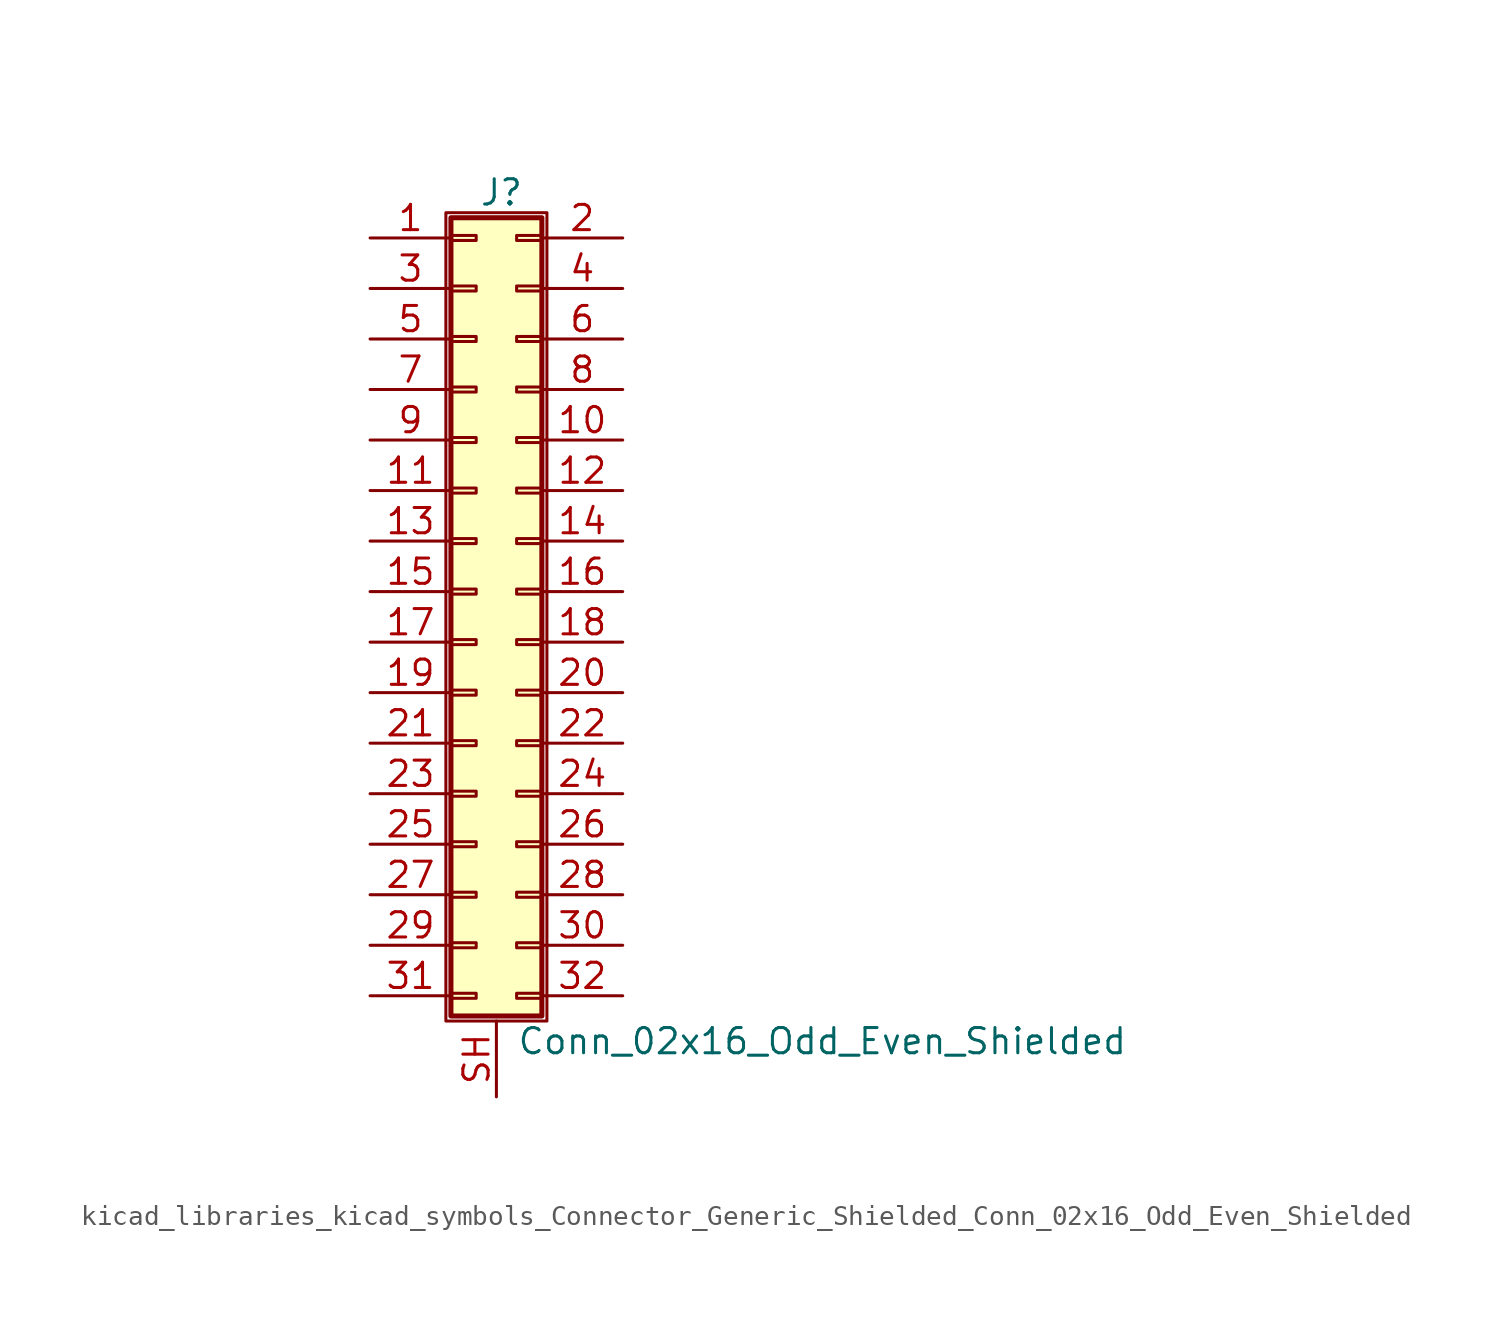
<source format=kicad_sym>
(kicad_symbol_lib
  (version 20220914)
  (generator kicad_symbol_editor)
  (symbol "kicad_libraries_kicad_symbols_Connector_Generic_Shielded_Conn_02x16_Odd_Even_Shielded"
    (pin_names
      (offset 1.016) hide)
    (property "Reference" "J"
      (at 1.524 20.066 0)
      (effects (font (size 1.27 1.27))))
    (property "Value" "Conn_02x16_Odd_Even_Shielded"
      (at 2.286 -22.606 0)
      (effects (font (size 1.27 1.27)) (justify left)))
    (symbol "kicad_libraries_kicad_symbols_Connector_Generic_Shielded_Conn_02x16_Odd_Even_Shielded_1_1"
      (rectangle (start -1.27 19.05) (end 3.81 -21.59) (stroke (width 0.152) (type default)) (fill (type none)))
      (rectangle (start -1.016 -20.193) (end 0.254 -20.447) (stroke (width 0.152) (type default)) (fill (type none)))
      (rectangle (start -1.016 -17.653) (end 0.254 -17.907) (stroke (width 0.152) (type default)) (fill (type none)))
      (rectangle (start -1.016 -15.113) (end 0.254 -15.367) (stroke (width 0.152) (type default)) (fill (type none)))
      (rectangle (start -1.016 -12.573) (end 0.254 -12.827) (stroke (width 0.152) (type default)) (fill (type none)))
      (rectangle (start -1.016 -10.033) (end 0.254 -10.287) (stroke (width 0.152) (type default)) (fill (type none)))
      (rectangle (start -1.016 -7.493) (end 0.254 -7.747) (stroke (width 0.152) (type default)) (fill (type none)))
      (rectangle (start -1.016 -4.953) (end 0.254 -5.207) (stroke (width 0.152) (type default)) (fill (type none)))
      (rectangle (start -1.016 -2.413) (end 0.254 -2.667) (stroke (width 0.152) (type default)) (fill (type none)))
      (rectangle (start -1.016 0.127) (end 0.254 -0.127) (stroke (width 0.152) (type default)) (fill (type none)))
      (rectangle (start -1.016 2.667) (end 0.254 2.413) (stroke (width 0.152) (type default)) (fill (type none)))
      (rectangle (start -1.016 5.207) (end 0.254 4.953) (stroke (width 0.152) (type default)) (fill (type none)))
      (rectangle (start -1.016 7.747) (end 0.254 7.493) (stroke (width 0.152) (type default)) (fill (type none)))
      (rectangle (start -1.016 10.287) (end 0.254 10.033) (stroke (width 0.152) (type default)) (fill (type none)))
      (rectangle (start -1.016 12.827) (end 0.254 12.573) (stroke (width 0.152) (type default)) (fill (type none)))
      (rectangle (start -1.016 15.367) (end 0.254 15.113) (stroke (width 0.152) (type default)) (fill (type none)))
      (rectangle (start -1.016 17.907) (end 0.254 17.653) (stroke (width 0.152) (type default)) (fill (type none)))
      (rectangle (start -1.016 18.796) (end 3.556 -21.336) (stroke (width 0.254) (type default)) (fill (type background)))
      (rectangle (start 3.556 -20.193) (end 2.286 -20.447) (stroke (width 0.152) (type default)) (fill (type none)))
      (rectangle (start 3.556 -17.653) (end 2.286 -17.907) (stroke (width 0.152) (type default)) (fill (type none)))
      (rectangle (start 3.556 -15.113) (end 2.286 -15.367) (stroke (width 0.152) (type default)) (fill (type none)))
      (rectangle (start 3.556 -12.573) (end 2.286 -12.827) (stroke (width 0.152) (type default)) (fill (type none)))
      (rectangle (start 3.556 -10.033) (end 2.286 -10.287) (stroke (width 0.152) (type default)) (fill (type none)))
      (rectangle (start 3.556 -7.493) (end 2.286 -7.747) (stroke (width 0.152) (type default)) (fill (type none)))
      (rectangle (start 3.556 -4.953) (end 2.286 -5.207) (stroke (width 0.152) (type default)) (fill (type none)))
      (rectangle (start 3.556 -2.413) (end 2.286 -2.667) (stroke (width 0.152) (type default)) (fill (type none)))
      (rectangle (start 3.556 0.127) (end 2.286 -0.127) (stroke (width 0.152) (type default)) (fill (type none)))
      (rectangle (start 3.556 2.667) (end 2.286 2.413) (stroke (width 0.152) (type default)) (fill (type none)))
      (rectangle (start 3.556 5.207) (end 2.286 4.953) (stroke (width 0.152) (type default)) (fill (type none)))
      (rectangle (start 3.556 7.747) (end 2.286 7.493) (stroke (width 0.152) (type default)) (fill (type none)))
      (rectangle (start 3.556 10.287) (end 2.286 10.033) (stroke (width 0.152) (type default)) (fill (type none)))
      (rectangle (start 3.556 12.827) (end 2.286 12.573) (stroke (width 0.152) (type default)) (fill (type none)))
      (rectangle (start 3.556 15.367) (end 2.286 15.113) (stroke (width 0.152) (type default)) (fill (type none)))
      (rectangle (start 3.556 17.907) (end 2.286 17.653) (stroke (width 0.152) (type default)) (fill (type none)))
      (pin passive line (at -5.08 17.78 0) (length 4.064) (name "Pin_1" (effects (font (size 1.27 1.27)))) (number "1" (effects (font (size 1.27 1.27)))))
      (pin passive line (at 7.62 7.62 180) (length 4.064) (name "Pin_10" (effects (font (size 1.27 1.27)))) (number "10" (effects (font (size 1.27 1.27)))))
      (pin passive line (at -5.08 5.08 0) (length 4.064) (name "Pin_11" (effects (font (size 1.27 1.27)))) (number "11" (effects (font (size 1.27 1.27)))))
      (pin passive line (at 7.62 5.08 180) (length 4.064) (name "Pin_12" (effects (font (size 1.27 1.27)))) (number "12" (effects (font (size 1.27 1.27)))))
      (pin passive line (at -5.08 2.54 0) (length 4.064) (name "Pin_13" (effects (font (size 1.27 1.27)))) (number "13" (effects (font (size 1.27 1.27)))))
      (pin passive line (at 7.62 2.54 180) (length 4.064) (name "Pin_14" (effects (font (size 1.27 1.27)))) (number "14" (effects (font (size 1.27 1.27)))))
      (pin passive line (at -5.08 0 0) (length 4.064) (name "Pin_15" (effects (font (size 1.27 1.27)))) (number "15" (effects (font (size 1.27 1.27)))))
      (pin passive line (at 7.62 0 180) (length 4.064) (name "Pin_16" (effects (font (size 1.27 1.27)))) (number "16" (effects (font (size 1.27 1.27)))))
      (pin passive line (at -5.08 -2.54 0) (length 4.064) (name "Pin_17" (effects (font (size 1.27 1.27)))) (number "17" (effects (font (size 1.27 1.27)))))
      (pin passive line (at 7.62 -2.54 180) (length 4.064) (name "Pin_18" (effects (font (size 1.27 1.27)))) (number "18" (effects (font (size 1.27 1.27)))))
      (pin passive line (at -5.08 -5.08 0) (length 4.064) (name "Pin_19" (effects (font (size 1.27 1.27)))) (number "19" (effects (font (size 1.27 1.27)))))
      (pin passive line (at 7.62 17.78 180) (length 4.064) (name "Pin_2" (effects (font (size 1.27 1.27)))) (number "2" (effects (font (size 1.27 1.27)))))
      (pin passive line (at 7.62 -5.08 180) (length 4.064) (name "Pin_20" (effects (font (size 1.27 1.27)))) (number "20" (effects (font (size 1.27 1.27)))))
      (pin passive line (at -5.08 -7.62 0) (length 4.064) (name "Pin_21" (effects (font (size 1.27 1.27)))) (number "21" (effects (font (size 1.27 1.27)))))
      (pin passive line (at 7.62 -7.62 180) (length 4.064) (name "Pin_22" (effects (font (size 1.27 1.27)))) (number "22" (effects (font (size 1.27 1.27)))))
      (pin passive line (at -5.08 -10.16 0) (length 4.064) (name "Pin_23" (effects (font (size 1.27 1.27)))) (number "23" (effects (font (size 1.27 1.27)))))
      (pin passive line (at 7.62 -10.16 180) (length 4.064) (name "Pin_24" (effects (font (size 1.27 1.27)))) (number "24" (effects (font (size 1.27 1.27)))))
      (pin passive line (at -5.08 -12.7 0) (length 4.064) (name "Pin_25" (effects (font (size 1.27 1.27)))) (number "25" (effects (font (size 1.27 1.27)))))
      (pin passive line (at 7.62 -12.7 180) (length 4.064) (name "Pin_26" (effects (font (size 1.27 1.27)))) (number "26" (effects (font (size 1.27 1.27)))))
      (pin passive line (at -5.08 -15.24 0) (length 4.064) (name "Pin_27" (effects (font (size 1.27 1.27)))) (number "27" (effects (font (size 1.27 1.27)))))
      (pin passive line (at 7.62 -15.24 180) (length 4.064) (name "Pin_28" (effects (font (size 1.27 1.27)))) (number "28" (effects (font (size 1.27 1.27)))))
      (pin passive line (at -5.08 -17.78 0) (length 4.064) (name "Pin_29" (effects (font (size 1.27 1.27)))) (number "29" (effects (font (size 1.27 1.27)))))
      (pin passive line (at -5.08 15.24 0) (length 4.064) (name "Pin_3" (effects (font (size 1.27 1.27)))) (number "3" (effects (font (size 1.27 1.27)))))
      (pin passive line (at 7.62 -17.78 180) (length 4.064) (name "Pin_30" (effects (font (size 1.27 1.27)))) (number "30" (effects (font (size 1.27 1.27)))))
      (pin passive line (at -5.08 -20.32 0) (length 4.064) (name "Pin_31" (effects (font (size 1.27 1.27)))) (number "31" (effects (font (size 1.27 1.27)))))
      (pin passive line (at 7.62 -20.32 180) (length 4.064) (name "Pin_32" (effects (font (size 1.27 1.27)))) (number "32" (effects (font (size 1.27 1.27)))))
      (pin passive line (at 7.62 15.24 180) (length 4.064) (name "Pin_4" (effects (font (size 1.27 1.27)))) (number "4" (effects (font (size 1.27 1.27)))))
      (pin passive line (at -5.08 12.7 0) (length 4.064) (name "Pin_5" (effects (font (size 1.27 1.27)))) (number "5" (effects (font (size 1.27 1.27)))))
      (pin passive line (at 7.62 12.7 180) (length 4.064) (name "Pin_6" (effects (font (size 1.27 1.27)))) (number "6" (effects (font (size 1.27 1.27)))))
      (pin passive line (at -5.08 10.16 0) (length 4.064) (name "Pin_7" (effects (font (size 1.27 1.27)))) (number "7" (effects (font (size 1.27 1.27)))))
      (pin passive line (at 7.62 10.16 180) (length 4.064) (name "Pin_8" (effects (font (size 1.27 1.27)))) (number "8" (effects (font (size 1.27 1.27)))))
      (pin passive line (at -5.08 7.62 0) (length 4.064) (name "Pin_9" (effects (font (size 1.27 1.27)))) (number "9" (effects (font (size 1.27 1.27)))))
      (pin passive line (at 1.27 -25.4 90) (length 3.81) (name "Shield" (effects (font (size 1.27 1.27)))) (number "SH" (effects (font (size 1.27 1.27))))))))
</source>
